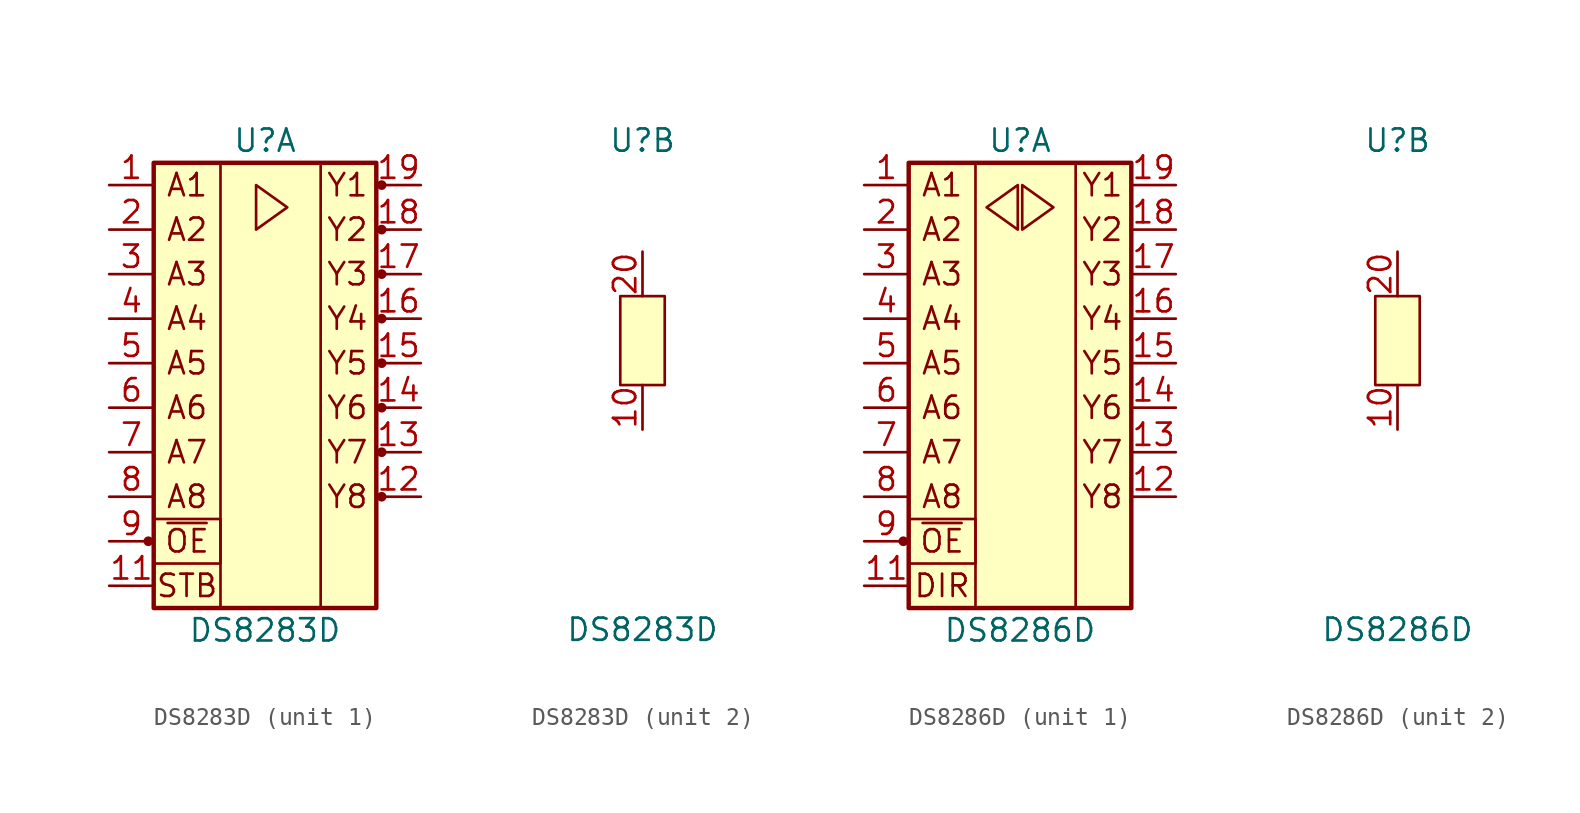
<source format=kicad_sym>
(kicad_symbol_lib
  (version 20211014)
  (generator kicad_symbol_editor)
  (symbol "DS8283D"
    (pin_names
      (offset 1.016) hide)
    (property "Reference" "U"
      (at 0 11.43 0)
      (effects (font (size 1.27 1.27))))
    (property "Value" "DS8283D"
      (at 0 -16.51 0)
      (effects (font (size 1.27 1.27))))
    (property "ki_locked" ""
      (at 0 0 0)
      (effects (font (size 1.27 1.27))))
    (symbol "DS8283D_1_1"
      (circle (center -6.655 -11.43) (radius 0.203) (stroke (width 0) (type default) (color 0 0 0 0)) (fill (type outline)))
      (rectangle (start -6.35 -10.16) (end -2.54 -12.7) (stroke (width 0) (type default) (color 0 0 0 0)) (fill (type none)))
      (rectangle (start -6.35 10.16) (end 6.35 -15.24) (stroke (width 0.254) (type default) (color 0 0 0 0)) (fill (type background)))
      (polyline (pts (xy -0.508 8.89) (xy 1.27 7.62) (xy -0.508 6.35) (xy -0.508 8.89)) (stroke (width 0) (type default) (color 0 0 0 0)) (fill (type none)))
      (rectangle (start 3.175 10.16) (end -2.54 -15.24) (stroke (width 0) (type default) (color 0 0 0 0)) (fill (type none)))
      (circle (center 6.655 -8.89) (radius 0.203) (stroke (width 0) (type default) (color 0 0 0 0)) (fill (type outline)))
      (circle (center 6.655 -6.35) (radius 0.203) (stroke (width 0) (type default) (color 0 0 0 0)) (fill (type outline)))
      (circle (center 6.655 -3.81) (radius 0.203) (stroke (width 0) (type default) (color 0 0 0 0)) (fill (type outline)))
      (circle (center 6.655 -1.27) (radius 0.203) (stroke (width 0) (type default) (color 0 0 0 0)) (fill (type outline)))
      (circle (center 6.655 1.27) (radius 0.203) (stroke (width 0) (type default) (color 0 0 0 0)) (fill (type outline)))
      (circle (center 6.655 3.81) (radius 0.203) (stroke (width 0) (type default) (color 0 0 0 0)) (fill (type outline)))
      (circle (center 6.655 6.35) (radius 0.203) (stroke (width 0) (type default) (color 0 0 0 0)) (fill (type outline)))
      (circle (center 6.655 8.89) (radius 0.203) (stroke (width 0) (type default) (color 0 0 0 0)) (fill (type outline)))
      (text "A1" (at -4.445 8.89 0) (effects (font (size 1.27 1.27))))
      (text "A2" (at -4.445 6.35 0) (effects (font (size 1.27 1.27))))
      (text "A3" (at -4.445 3.81 0) (effects (font (size 1.27 1.27))))
      (text "A4" (at -4.445 1.27 0) (effects (font (size 1.27 1.27))))
      (text "A5" (at -4.445 -1.27 0) (effects (font (size 1.27 1.27))))
      (text "A6" (at -4.445 -3.81 0) (effects (font (size 1.27 1.27))))
      (text "A7" (at -4.445 -6.35 0) (effects (font (size 1.27 1.27))))
      (text "A8" (at -4.445 -8.89 0) (effects (font (size 1.27 1.27))))
      (text "STB" (at -4.445 -13.97 0) (effects (font (size 1.27 1.27))))
      (text "Y1" (at 4.699 8.89 0) (effects (font (size 1.27 1.27))))
      (text "Y2" (at 4.699 6.35 0) (effects (font (size 1.27 1.27))))
      (text "Y3" (at 4.699 3.81 0) (effects (font (size 1.27 1.27))))
      (text "Y4" (at 4.699 1.27 0) (effects (font (size 1.27 1.27))))
      (text "Y5" (at 4.699 -1.27 0) (effects (font (size 1.27 1.27))))
      (text "Y6" (at 4.699 -3.81 0) (effects (font (size 1.27 1.27))))
      (text "Y7" (at 4.699 -6.35 0) (effects (font (size 1.27 1.27))))
      (text "Y8" (at 4.699 -8.89 0) (effects (font (size 1.27 1.27))))
      (text "~{OE}" (at -4.445 -11.43 0) (effects (font (size 1.27 1.27))))
      (pin input line (at -8.89 8.89 0) (length 2.54) (name "A1" (effects (font (size 1.27 1.27)))) (number "1" (effects (font (size 1.27 1.27)))))
      (pin input line (at -8.89 -13.97 0) (length 2.54) (name "STB" (effects (font (size 1.27 1.27)))) (number "11" (effects (font (size 1.27 1.27)))))
      (pin tri_state line (at 8.89 -8.89 180) (length 2.54) (name "Y8" (effects (font (size 1.27 1.27)))) (number "12" (effects (font (size 1.27 1.27)))))
      (pin tri_state line (at 8.89 -6.35 180) (length 2.54) (name "Y7" (effects (font (size 1.27 1.27)))) (number "13" (effects (font (size 1.27 1.27)))))
      (pin tri_state line (at 8.89 -3.81 180) (length 2.54) (name "Y6" (effects (font (size 1.27 1.27)))) (number "14" (effects (font (size 1.27 1.27)))))
      (pin tri_state line (at 8.89 -1.27 180) (length 2.54) (name "Y5" (effects (font (size 1.27 1.27)))) (number "15" (effects (font (size 1.27 1.27)))))
      (pin tri_state line (at 8.89 1.27 180) (length 2.54) (name "A4" (effects (font (size 1.27 1.27)))) (number "16" (effects (font (size 1.27 1.27)))))
      (pin tri_state line (at 8.89 3.81 180) (length 2.54) (name "Y3" (effects (font (size 1.27 1.27)))) (number "17" (effects (font (size 1.27 1.27)))))
      (pin tri_state line (at 8.89 6.35 180) (length 2.54) (name "Y2" (effects (font (size 1.27 1.27)))) (number "18" (effects (font (size 1.27 1.27)))))
      (pin tri_state line (at 8.89 8.89 180) (length 2.54) (name "Y1" (effects (font (size 1.27 1.27)))) (number "19" (effects (font (size 1.27 1.27)))))
      (pin input line (at -8.89 6.35 0) (length 2.54) (name "A2" (effects (font (size 1.27 1.27)))) (number "2" (effects (font (size 1.27 1.27)))))
      (pin input line (at -8.89 3.81 0) (length 2.54) (name "A3" (effects (font (size 1.27 1.27)))) (number "3" (effects (font (size 1.27 1.27)))))
      (pin input line (at -8.89 1.27 0) (length 2.54) (name "A4" (effects (font (size 1.27 1.27)))) (number "4" (effects (font (size 1.27 1.27)))))
      (pin input line (at -8.89 -1.27 0) (length 2.54) (name "A5" (effects (font (size 1.27 1.27)))) (number "5" (effects (font (size 1.27 1.27)))))
      (pin input line (at -8.89 -3.81 0) (length 2.54) (name "A6" (effects (font (size 1.27 1.27)))) (number "6" (effects (font (size 1.27 1.27)))))
      (pin input line (at -8.89 -6.35 0) (length 2.54) (name "A7" (effects (font (size 1.27 1.27)))) (number "7" (effects (font (size 1.27 1.27)))))
      (pin input line (at -8.89 -8.89 0) (length 2.54) (name "A8" (effects (font (size 1.27 1.27)))) (number "8" (effects (font (size 1.27 1.27)))))
      (pin input line (at -8.89 -11.43 0) (length 2.54) (name "~{OE}" (effects (font (size 1.27 1.27)))) (number "9" (effects (font (size 1.27 1.27))))))
    (symbol "DS8283D_2_1"
      (rectangle (start -1.27 2.54) (end 1.27 -2.54) (stroke (width 0) (type default) (color 0 0 0 0)) (fill (type background)))
      (pin power_in line (at 0 -5.08 90) (length 2.54) (name "GND" (effects (font (size 1.27 1.27)))) (number "10" (effects (font (size 1.27 1.27)))))
      (pin power_in line (at 0 5.08 270) (length 2.54) (name "Vcc" (effects (font (size 1.27 1.27)))) (number "20" (effects (font (size 1.27 1.27)))))))
  (symbol "DS8286D"
    (pin_names
      (offset 1.016) hide)
    (property "Reference" "U"
      (at 0 11.43 0)
      (effects (font (size 1.27 1.27))))
    (property "Value" "DS8286D"
      (at 0 -16.51 0)
      (effects (font (size 1.27 1.27))))
    (property "ki_locked" ""
      (at 0 0 0)
      (effects (font (size 1.27 1.27))))
    (symbol "DS8286D_1_1"
      (circle (center -6.655 -11.43) (radius 0.203) (stroke (width 0) (type default) (color 0 0 0 0)) (fill (type outline)))
      (rectangle (start -6.35 -10.16) (end -2.54 -12.7) (stroke (width 0) (type default) (color 0 0 0 0)) (fill (type none)))
      (rectangle (start -6.35 10.16) (end 6.35 -15.24) (stroke (width 0.254) (type default) (color 0 0 0 0)) (fill (type background)))
      (polyline (pts (xy -0.127 8.89) (xy -1.905 7.62) (xy -0.127 6.35) (xy -0.127 8.89)) (stroke (width 0) (type default) (color 0 0 0 0)) (fill (type none)))
      (polyline (pts (xy 0.127 8.89) (xy 1.905 7.62) (xy 0.127 6.35) (xy 0.127 8.89)) (stroke (width 0) (type default) (color 0 0 0 0)) (fill (type none)))
      (rectangle (start 3.175 10.16) (end -2.54 -15.24) (stroke (width 0) (type default) (color 0 0 0 0)) (fill (type none)))
      (text "A1" (at -4.445 8.89 0) (effects (font (size 1.27 1.27))))
      (text "A2" (at -4.445 6.35 0) (effects (font (size 1.27 1.27))))
      (text "A3" (at -4.445 3.81 0) (effects (font (size 1.27 1.27))))
      (text "A4" (at -4.445 1.27 0) (effects (font (size 1.27 1.27))))
      (text "A5" (at -4.445 -1.27 0) (effects (font (size 1.27 1.27))))
      (text "A6" (at -4.445 -3.81 0) (effects (font (size 1.27 1.27))))
      (text "A7" (at -4.445 -6.35 0) (effects (font (size 1.27 1.27))))
      (text "A8" (at -4.445 -8.89 0) (effects (font (size 1.27 1.27))))
      (text "DIR" (at -4.445 -13.97 0) (effects (font (size 1.27 1.27))))
      (text "Y1" (at 4.699 8.89 0) (effects (font (size 1.27 1.27))))
      (text "Y2" (at 4.699 6.35 0) (effects (font (size 1.27 1.27))))
      (text "Y3" (at 4.699 3.81 0) (effects (font (size 1.27 1.27))))
      (text "Y4" (at 4.699 1.27 0) (effects (font (size 1.27 1.27))))
      (text "Y5" (at 4.699 -1.27 0) (effects (font (size 1.27 1.27))))
      (text "Y6" (at 4.699 -3.81 0) (effects (font (size 1.27 1.27))))
      (text "Y7" (at 4.699 -6.35 0) (effects (font (size 1.27 1.27))))
      (text "Y8" (at 4.699 -8.89 0) (effects (font (size 1.27 1.27))))
      (text "~{OE}" (at -4.445 -11.43 0) (effects (font (size 1.27 1.27))))
      (pin bidirectional line (at -8.89 8.89 0) (length 2.54) (name "A1" (effects (font (size 1.27 1.27)))) (number "1" (effects (font (size 1.27 1.27)))))
      (pin input line (at -8.89 -13.97 0) (length 2.54) (name "STB" (effects (font (size 1.27 1.27)))) (number "11" (effects (font (size 1.27 1.27)))))
      (pin bidirectional line (at 8.89 -8.89 180) (length 2.54) (name "Y8" (effects (font (size 1.27 1.27)))) (number "12" (effects (font (size 1.27 1.27)))))
      (pin bidirectional line (at 8.89 -6.35 180) (length 2.54) (name "Y7" (effects (font (size 1.27 1.27)))) (number "13" (effects (font (size 1.27 1.27)))))
      (pin bidirectional line (at 8.89 -3.81 180) (length 2.54) (name "Y6" (effects (font (size 1.27 1.27)))) (number "14" (effects (font (size 1.27 1.27)))))
      (pin bidirectional line (at 8.89 -1.27 180) (length 2.54) (name "Y5" (effects (font (size 1.27 1.27)))) (number "15" (effects (font (size 1.27 1.27)))))
      (pin bidirectional line (at 8.89 1.27 180) (length 2.54) (name "A4" (effects (font (size 1.27 1.27)))) (number "16" (effects (font (size 1.27 1.27)))))
      (pin bidirectional line (at 8.89 3.81 180) (length 2.54) (name "Y3" (effects (font (size 1.27 1.27)))) (number "17" (effects (font (size 1.27 1.27)))))
      (pin bidirectional line (at 8.89 6.35 180) (length 2.54) (name "Y2" (effects (font (size 1.27 1.27)))) (number "18" (effects (font (size 1.27 1.27)))))
      (pin bidirectional line (at 8.89 8.89 180) (length 2.54) (name "Y1" (effects (font (size 1.27 1.27)))) (number "19" (effects (font (size 1.27 1.27)))))
      (pin bidirectional line (at -8.89 6.35 0) (length 2.54) (name "A2" (effects (font (size 1.27 1.27)))) (number "2" (effects (font (size 1.27 1.27)))))
      (pin bidirectional line (at -8.89 3.81 0) (length 2.54) (name "A3" (effects (font (size 1.27 1.27)))) (number "3" (effects (font (size 1.27 1.27)))))
      (pin bidirectional line (at -8.89 1.27 0) (length 2.54) (name "A4" (effects (font (size 1.27 1.27)))) (number "4" (effects (font (size 1.27 1.27)))))
      (pin bidirectional line (at -8.89 -1.27 0) (length 2.54) (name "A5" (effects (font (size 1.27 1.27)))) (number "5" (effects (font (size 1.27 1.27)))))
      (pin bidirectional line (at -8.89 -3.81 0) (length 2.54) (name "A6" (effects (font (size 1.27 1.27)))) (number "6" (effects (font (size 1.27 1.27)))))
      (pin bidirectional line (at -8.89 -6.35 0) (length 2.54) (name "A7" (effects (font (size 1.27 1.27)))) (number "7" (effects (font (size 1.27 1.27)))))
      (pin bidirectional line (at -8.89 -8.89 0) (length 2.54) (name "A8" (effects (font (size 1.27 1.27)))) (number "8" (effects (font (size 1.27 1.27)))))
      (pin bidirectional line (at -8.89 -11.43 0) (length 2.54) (name "~{OE}" (effects (font (size 1.27 1.27)))) (number "9" (effects (font (size 1.27 1.27))))))
    (symbol "DS8286D_2_1"
      (rectangle (start -1.27 2.54) (end 1.27 -2.54) (stroke (width 0) (type default) (color 0 0 0 0)) (fill (type background)))
      (pin power_in line (at 0 -5.08 90) (length 2.54) (name "GND" (effects (font (size 1.27 1.27)))) (number "10" (effects (font (size 1.27 1.27)))))
      (pin power_in line (at 0 5.08 270) (length 2.54) (name "Vcc" (effects (font (size 1.27 1.27)))) (number "20" (effects (font (size 1.27 1.27))))))))
</source>
